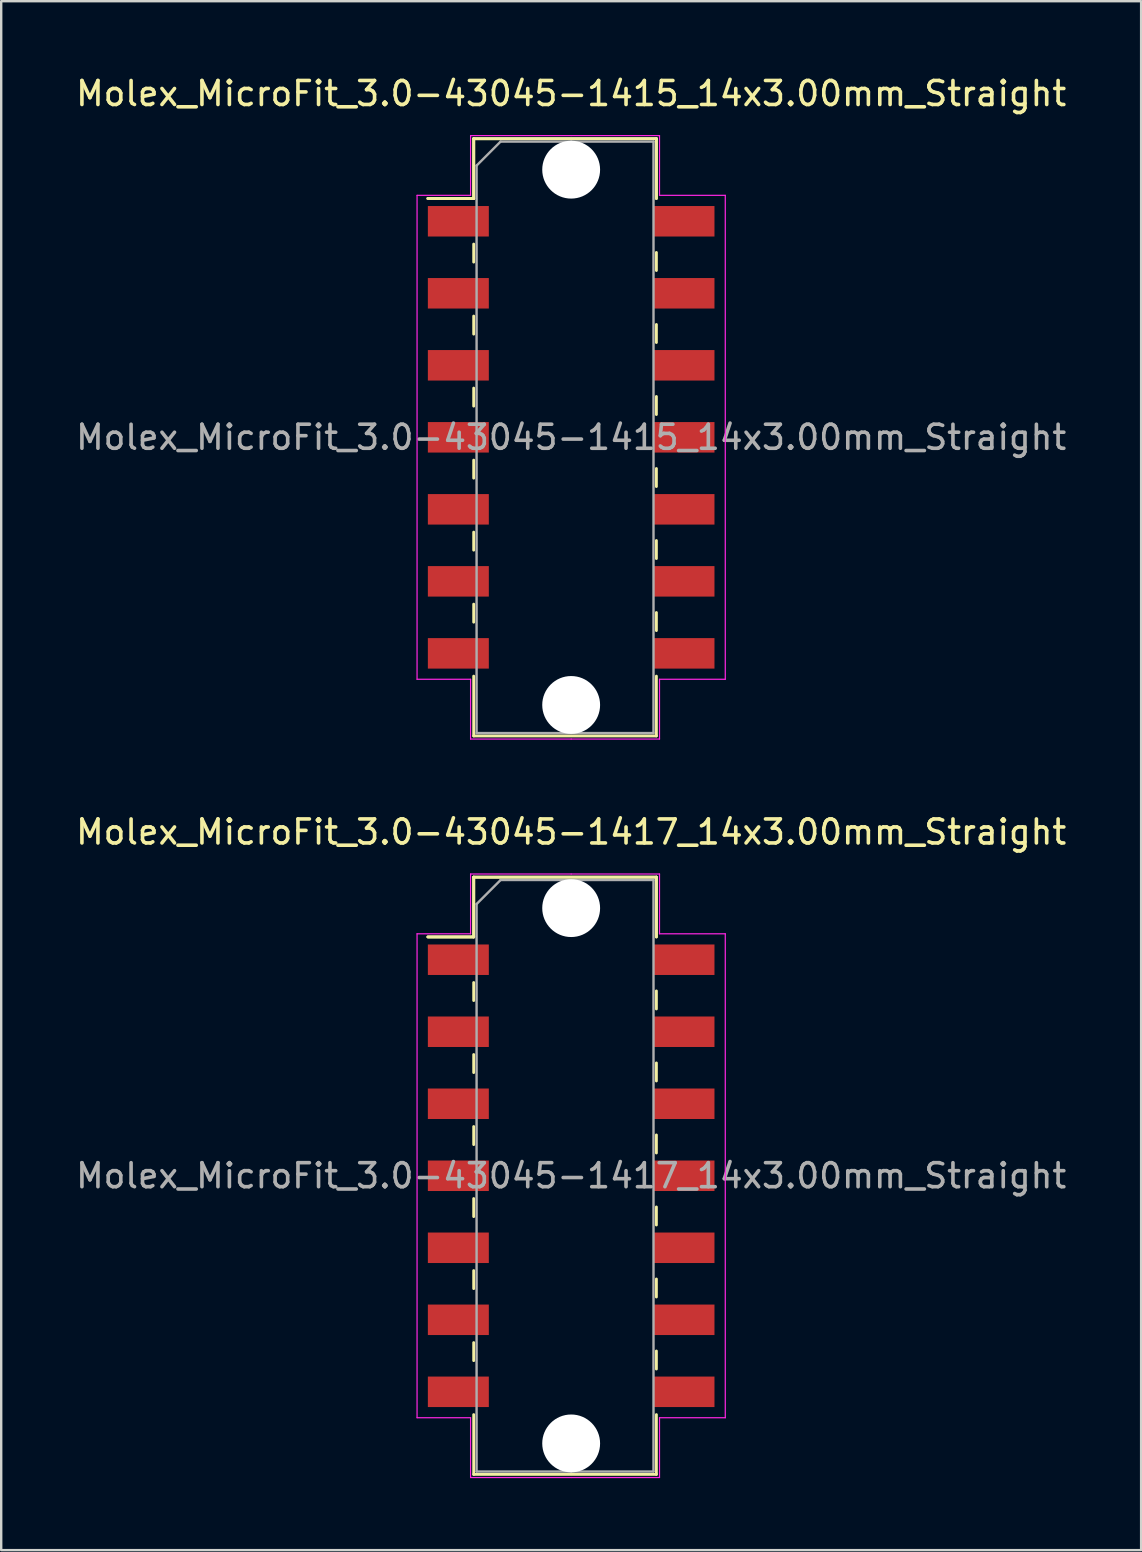
<source format=kicad_pcb>
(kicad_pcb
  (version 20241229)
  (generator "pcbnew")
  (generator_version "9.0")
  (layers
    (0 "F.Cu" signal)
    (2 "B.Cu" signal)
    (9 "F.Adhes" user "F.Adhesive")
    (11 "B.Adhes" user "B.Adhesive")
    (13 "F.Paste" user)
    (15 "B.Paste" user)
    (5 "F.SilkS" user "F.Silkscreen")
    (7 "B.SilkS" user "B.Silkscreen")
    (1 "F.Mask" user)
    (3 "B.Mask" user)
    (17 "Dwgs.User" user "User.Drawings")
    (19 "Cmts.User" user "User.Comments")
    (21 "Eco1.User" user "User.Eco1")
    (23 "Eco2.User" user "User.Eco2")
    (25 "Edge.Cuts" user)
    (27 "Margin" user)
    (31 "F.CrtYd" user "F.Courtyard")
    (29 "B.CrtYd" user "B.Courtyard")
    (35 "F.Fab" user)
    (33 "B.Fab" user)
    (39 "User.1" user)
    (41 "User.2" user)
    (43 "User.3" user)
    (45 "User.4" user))
  (footprint "Molex_MicroFit_3.0-43045-1415_14x3.00mm_Straight"
    (layer "F.Cu")
    (at 20.744 15.168)
    (property "Reference" "Molex_MicroFit_3.0-43045-1415_14x3.00mm_Straight" (at 0 -14.32 0) (layer "F.SilkS") (effects (font (size 1 1) (thickness 0.15))))
    (attr smd)
    (fp_line (start -5.97 -9.95) (end -4.06 -9.95) (stroke (width 0.12) (type solid)) (layer "F.SilkS"))
    (fp_line (start -5.97 -9.95) (end -4.06 -9.95) (stroke (width 0.12) (type solid)) (layer "F.SilkS"))
    (fp_line (start -4.06 -12.44) (end 3.55 -12.44) (stroke (width 0.12) (type solid)) (layer "F.SilkS"))
    (fp_line (start -4.06 -12.44) (end 3.55 -12.44) (stroke (width 0.12) (type solid)) (layer "F.SilkS"))
    (fp_line (start -4.06 -9.95) (end -4.06 -12.44) (stroke (width 0.12) (type solid)) (layer "F.SilkS"))
    (fp_line (start -4.06 -9.95) (end -4.06 -12.44) (stroke (width 0.12) (type solid)) (layer "F.SilkS"))
    (fp_line (start -4.06 -8.05) (end -4.06 -7.3) (stroke (width 0.12) (type solid)) (layer "F.SilkS"))
    (fp_line (start -4.06 -5.05) (end -4.06 -4.3) (stroke (width 0.12) (type solid)) (layer "F.SilkS"))
    (fp_line (start -4.06 -2.05) (end -4.06 -1.3) (stroke (width 0.12) (type solid)) (layer "F.SilkS"))
    (fp_line (start -4.06 0.95) (end -4.06 1.7) (stroke (width 0.12) (type solid)) (layer "F.SilkS"))
    (fp_line (start -4.06 3.95) (end -4.06 4.7) (stroke (width 0.12) (type solid)) (layer "F.SilkS"))
    (fp_line (start -4.06 6.95) (end -4.06 7.7) (stroke (width 0.12) (type solid)) (layer "F.SilkS"))
    (fp_line (start -4.06 12.44) (end -4.06 9.95) (stroke (width 0.12) (type solid)) (layer "F.SilkS"))
    (fp_line (start 3.55 -12.44) (end 3.55 -9.95) (stroke (width 0.12) (type solid)) (layer "F.SilkS"))
    (fp_line (start 3.55 -12.44) (end 3.55 -9.95) (stroke (width 0.12) (type solid)) (layer "F.SilkS"))
    (fp_line (start 3.55 -6.95) (end 3.55 -7.7) (stroke (width 0.12) (type solid)) (layer "F.SilkS"))
    (fp_line (start 3.55 -3.95) (end 3.55 -4.7) (stroke (width 0.12) (type solid)) (layer "F.SilkS"))
    (fp_line (start 3.55 -0.95) (end 3.55 -1.7) (stroke (width 0.12) (type solid)) (layer "F.SilkS"))
    (fp_line (start 3.55 2.05) (end 3.55 1.3) (stroke (width 0.12) (type solid)) (layer "F.SilkS"))
    (fp_line (start 3.55 5.05) (end 3.55 4.3) (stroke (width 0.12) (type solid)) (layer "F.SilkS"))
    (fp_line (start 3.55 8.05) (end 3.55 7.3) (stroke (width 0.12) (type solid)) (layer "F.SilkS"))
    (fp_line (start 3.55 9.95) (end 3.55 12.44) (stroke (width 0.12) (type solid)) (layer "F.SilkS"))
    (fp_line (start 3.55 12.44) (end -4.06 12.44) (stroke (width 0.12) (type solid)) (layer "F.SilkS"))
    (fp_line (start -6.42 -10.08) (end -4.19 -10.08) (stroke (width 0.05) (type solid)) (layer "F.CrtYd"))
    (fp_line (start -6.42 10.08) (end -6.42 -10.08) (stroke (width 0.05) (type solid)) (layer "F.CrtYd"))
    (fp_line (start -4.19 -12.57) (end 0 -12.57) (stroke (width 0.05) (type solid)) (layer "F.CrtYd"))
    (fp_line (start -4.19 -10.08) (end -4.19 -12.57) (stroke (width 0.05) (type solid)) (layer "F.CrtYd"))
    (fp_line (start -4.19 10.08) (end -6.42 10.08) (stroke (width 0.05) (type solid)) (layer "F.CrtYd"))
    (fp_line (start -4.19 12.57) (end -4.19 10.08) (stroke (width 0.05) (type solid)) (layer "F.CrtYd"))
    (fp_line (start 0 -12.57) (end 3.68 -12.57) (stroke (width 0.05) (type solid)) (layer "F.CrtYd"))
    (fp_line (start 0 12.57) (end -4.19 12.57) (stroke (width 0.05) (type solid)) (layer "F.CrtYd"))
    (fp_line (start 3.68 -12.57) (end 3.68 -10.08) (stroke (width 0.05) (type solid)) (layer "F.CrtYd"))
    (fp_line (start 3.68 -10.08) (end 6.42 -10.08) (stroke (width 0.05) (type solid)) (layer "F.CrtYd"))
    (fp_line (start 3.68 10.08) (end 3.68 12.57) (stroke (width 0.05) (type solid)) (layer "F.CrtYd"))
    (fp_line (start 3.68 12.57) (end 0 12.57) (stroke (width 0.05) (type solid)) (layer "F.CrtYd"))
    (fp_line (start 6.42 -10.08) (end 6.42 10.08) (stroke (width 0.05) (type solid)) (layer "F.CrtYd"))
    (fp_line (start 6.42 10.08) (end 3.68 10.08) (stroke (width 0.05) (type solid)) (layer "F.CrtYd"))
    (fp_line (start -3.94 -11.32) (end -2.94 -12.32) (stroke (width 0.1) (type solid)) (layer "F.Fab"))
    (fp_line (start -3.94 12.32) (end -3.94 -11.32) (stroke (width 0.1) (type solid)) (layer "F.Fab"))
    (fp_line (start -2.94 -12.32) (end 0 -12.32) (stroke (width 0.1) (type solid)) (layer "F.Fab"))
    (fp_line (start 0 -12.32) (end 3.43 -12.32) (stroke (width 0.1) (type solid)) (layer "F.Fab"))
    (fp_line (start 0 12.32) (end -3.94 12.32) (stroke (width 0.1) (type solid)) (layer "F.Fab"))
    (fp_line (start 3.43 -12.32) (end 3.43 12.32) (stroke (width 0.1) (type solid)) (layer "F.Fab"))
    (fp_line (start 3.43 12.32) (end 0 12.32) (stroke (width 0.1) (type solid)) (layer "F.Fab"))
    (fp_text user "${REFERENCE}" (at 0 0 0) (layer "F.Fab") (effects (font (size 1 1) (thickness 0.15))))
    (pad "" np_thru_hole circle (at 0 -11.15) (size 2.41 2.41) (drill 2.41) (layers "*.Cu"))
    (pad "" np_thru_hole circle (at 0 11.15) (size 2.41 2.41) (drill 2.41) (layers "*.Cu"))
    (pad "1" smd rect (at -4.7 -9) (size 2.54 1.27) (layers "F.Cu" "F.Mask" "F.Paste"))
    (pad "2" smd rect (at -4.7 -6) (size 2.54 1.27) (layers "F.Cu" "F.Mask" "F.Paste"))
    (pad "3" smd rect (at -4.7 -3) (size 2.54 1.27) (layers "F.Cu" "F.Mask" "F.Paste"))
    (pad "4" smd rect (at -4.7 0) (size 2.54 1.27) (layers "F.Cu" "F.Mask" "F.Paste"))
    (pad "5" smd rect (at -4.7 3) (size 2.54 1.27) (layers "F.Cu" "F.Mask" "F.Paste"))
    (pad "6" smd rect (at -4.7 6) (size 2.54 1.27) (layers "F.Cu" "F.Mask" "F.Paste"))
    (pad "7" smd rect (at -4.7 9) (size 2.54 1.27) (layers "F.Cu" "F.Mask" "F.Paste"))
    (pad "8" smd rect (at 4.7 9) (size 2.54 1.27) (layers "F.Cu" "F.Mask" "F.Paste"))
    (pad "9" smd rect (at 4.7 6) (size 2.54 1.27) (layers "F.Cu" "F.Mask" "F.Paste"))
    (pad "10" smd rect (at 4.7 3) (size 2.54 1.27) (layers "F.Cu" "F.Mask" "F.Paste"))
    (pad "11" smd rect (at 4.7 0) (size 2.54 1.27) (layers "F.Cu" "F.Mask" "F.Paste"))
    (pad "12" smd rect (at 4.7 -3) (size 2.54 1.27) (layers "F.Cu" "F.Mask" "F.Paste"))
    (pad "13" smd rect (at 4.7 -6) (size 2.54 1.27) (layers "F.Cu" "F.Mask" "F.Paste"))
    (pad "14" smd rect (at 4.7 -9) (size 2.54 1.27) (layers "F.Cu" "F.Mask" "F.Paste")))
  (footprint "Molex_MicroFit_3.0-43045-1417_14x3.00mm_Straight"
    (layer "F.Cu")
    (at 20.744 45.931)
    (property "Reference" "Molex_MicroFit_3.0-43045-1417_14x3.00mm_Straight" (at 0 -14.32 0) (layer "F.SilkS") (effects (font (size 1 1) (thickness 0.15))))
    (attr smd)
    (fp_line (start -5.97 -9.95) (end -4.06 -9.95) (stroke (width 0.12) (type solid)) (layer "F.SilkS"))
    (fp_line (start -5.97 -9.95) (end -4.06 -9.95) (stroke (width 0.12) (type solid)) (layer "F.SilkS"))
    (fp_line (start -4.06 -12.44) (end 3.55 -12.44) (stroke (width 0.12) (type solid)) (layer "F.SilkS"))
    (fp_line (start -4.06 -12.44) (end 3.55 -12.44) (stroke (width 0.12) (type solid)) (layer "F.SilkS"))
    (fp_line (start -4.06 -9.95) (end -4.06 -12.44) (stroke (width 0.12) (type solid)) (layer "F.SilkS"))
    (fp_line (start -4.06 -9.95) (end -4.06 -12.44) (stroke (width 0.12) (type solid)) (layer "F.SilkS"))
    (fp_line (start -4.06 -8.05) (end -4.06 -7.3) (stroke (width 0.12) (type solid)) (layer "F.SilkS"))
    (fp_line (start -4.06 -5.05) (end -4.06 -4.3) (stroke (width 0.12) (type solid)) (layer "F.SilkS"))
    (fp_line (start -4.06 -2.05) (end -4.06 -1.3) (stroke (width 0.12) (type solid)) (layer "F.SilkS"))
    (fp_line (start -4.06 0.95) (end -4.06 1.7) (stroke (width 0.12) (type solid)) (layer "F.SilkS"))
    (fp_line (start -4.06 3.95) (end -4.06 4.7) (stroke (width 0.12) (type solid)) (layer "F.SilkS"))
    (fp_line (start -4.06 6.95) (end -4.06 7.7) (stroke (width 0.12) (type solid)) (layer "F.SilkS"))
    (fp_line (start -4.06 12.44) (end -4.06 9.95) (stroke (width 0.12) (type solid)) (layer "F.SilkS"))
    (fp_line (start 3.55 -12.44) (end 3.55 -9.95) (stroke (width 0.12) (type solid)) (layer "F.SilkS"))
    (fp_line (start 3.55 -12.44) (end 3.55 -9.95) (stroke (width 0.12) (type solid)) (layer "F.SilkS"))
    (fp_line (start 3.55 -6.95) (end 3.55 -7.7) (stroke (width 0.12) (type solid)) (layer "F.SilkS"))
    (fp_line (start 3.55 -3.95) (end 3.55 -4.7) (stroke (width 0.12) (type solid)) (layer "F.SilkS"))
    (fp_line (start 3.55 -0.95) (end 3.55 -1.7) (stroke (width 0.12) (type solid)) (layer "F.SilkS"))
    (fp_line (start 3.55 2.05) (end 3.55 1.3) (stroke (width 0.12) (type solid)) (layer "F.SilkS"))
    (fp_line (start 3.55 5.05) (end 3.55 4.3) (stroke (width 0.12) (type solid)) (layer "F.SilkS"))
    (fp_line (start 3.55 8.05) (end 3.55 7.3) (stroke (width 0.12) (type solid)) (layer "F.SilkS"))
    (fp_line (start 3.55 9.95) (end 3.55 12.44) (stroke (width 0.12) (type solid)) (layer "F.SilkS"))
    (fp_line (start 3.55 12.44) (end -4.06 12.44) (stroke (width 0.12) (type solid)) (layer "F.SilkS"))
    (fp_line (start -6.42 -10.08) (end -4.19 -10.08) (stroke (width 0.05) (type solid)) (layer "F.CrtYd"))
    (fp_line (start -6.42 10.08) (end -6.42 -10.08) (stroke (width 0.05) (type solid)) (layer "F.CrtYd"))
    (fp_line (start -4.19 -12.57) (end 0 -12.57) (stroke (width 0.05) (type solid)) (layer "F.CrtYd"))
    (fp_line (start -4.19 -10.08) (end -4.19 -12.57) (stroke (width 0.05) (type solid)) (layer "F.CrtYd"))
    (fp_line (start -4.19 10.08) (end -6.42 10.08) (stroke (width 0.05) (type solid)) (layer "F.CrtYd"))
    (fp_line (start -4.19 12.57) (end -4.19 10.08) (stroke (width 0.05) (type solid)) (layer "F.CrtYd"))
    (fp_line (start 0 -12.57) (end 3.68 -12.57) (stroke (width 0.05) (type solid)) (layer "F.CrtYd"))
    (fp_line (start 0 12.57) (end -4.19 12.57) (stroke (width 0.05) (type solid)) (layer "F.CrtYd"))
    (fp_line (start 3.68 -12.57) (end 3.68 -10.08) (stroke (width 0.05) (type solid)) (layer "F.CrtYd"))
    (fp_line (start 3.68 -10.08) (end 6.42 -10.08) (stroke (width 0.05) (type solid)) (layer "F.CrtYd"))
    (fp_line (start 3.68 10.08) (end 3.68 12.57) (stroke (width 0.05) (type solid)) (layer "F.CrtYd"))
    (fp_line (start 3.68 12.57) (end 0 12.57) (stroke (width 0.05) (type solid)) (layer "F.CrtYd"))
    (fp_line (start 6.42 -10.08) (end 6.42 10.08) (stroke (width 0.05) (type solid)) (layer "F.CrtYd"))
    (fp_line (start 6.42 10.08) (end 3.68 10.08) (stroke (width 0.05) (type solid)) (layer "F.CrtYd"))
    (fp_line (start -3.94 -11.32) (end -2.94 -12.32) (stroke (width 0.1) (type solid)) (layer "F.Fab"))
    (fp_line (start -3.94 12.32) (end -3.94 -11.32) (stroke (width 0.1) (type solid)) (layer "F.Fab"))
    (fp_line (start -2.94 -12.32) (end 0 -12.32) (stroke (width 0.1) (type solid)) (layer "F.Fab"))
    (fp_line (start 0 -12.32) (end 3.43 -12.32) (stroke (width 0.1) (type solid)) (layer "F.Fab"))
    (fp_line (start 0 12.32) (end -3.94 12.32) (stroke (width 0.1) (type solid)) (layer "F.Fab"))
    (fp_line (start 3.43 -12.32) (end 3.43 12.32) (stroke (width 0.1) (type solid)) (layer "F.Fab"))
    (fp_line (start 3.43 12.32) (end 0 12.32) (stroke (width 0.1) (type solid)) (layer "F.Fab"))
    (fp_text user "${REFERENCE}" (at 0 0 0) (layer "F.Fab") (effects (font (size 1 1) (thickness 0.15))))
    (pad "" np_thru_hole circle (at 0 -11.15) (size 2.41 2.41) (drill 2.41) (layers "*.Cu"))
    (pad "" np_thru_hole circle (at 0 11.15) (size 2.41 2.41) (drill 2.41) (layers "*.Cu"))
    (pad "1" smd rect (at -4.7 -9) (size 2.54 1.27) (layers "F.Cu" "F.Mask" "F.Paste"))
    (pad "2" smd rect (at -4.7 -6) (size 2.54 1.27) (layers "F.Cu" "F.Mask" "F.Paste"))
    (pad "3" smd rect (at -4.7 -3) (size 2.54 1.27) (layers "F.Cu" "F.Mask" "F.Paste"))
    (pad "4" smd rect (at -4.7 0) (size 2.54 1.27) (layers "F.Cu" "F.Mask" "F.Paste"))
    (pad "5" smd rect (at -4.7 3) (size 2.54 1.27) (layers "F.Cu" "F.Mask" "F.Paste"))
    (pad "6" smd rect (at -4.7 6) (size 2.54 1.27) (layers "F.Cu" "F.Mask" "F.Paste"))
    (pad "7" smd rect (at -4.7 9) (size 2.54 1.27) (layers "F.Cu" "F.Mask" "F.Paste"))
    (pad "8" smd rect (at 4.7 9) (size 2.54 1.27) (layers "F.Cu" "F.Mask" "F.Paste"))
    (pad "9" smd rect (at 4.7 6) (size 2.54 1.27) (layers "F.Cu" "F.Mask" "F.Paste"))
    (pad "10" smd rect (at 4.7 3) (size 2.54 1.27) (layers "F.Cu" "F.Mask" "F.Paste"))
    (pad "11" smd rect (at 4.7 0) (size 2.54 1.27) (layers "F.Cu" "F.Mask" "F.Paste"))
    (pad "12" smd rect (at 4.7 -3) (size 2.54 1.27) (layers "F.Cu" "F.Mask" "F.Paste"))
    (pad "13" smd rect (at 4.7 -6) (size 2.54 1.27) (layers "F.Cu" "F.Mask" "F.Paste"))
    (pad "14" smd rect (at 4.7 -9) (size 2.54 1.27) (layers "F.Cu" "F.Mask" "F.Paste")))
  (gr_rect
    (start -3 -3)
    (end 44.488 61.526)
    (stroke (width 0.1) (type default))
    (fill no)
    (layer "Edge.Cuts")))
</source>
